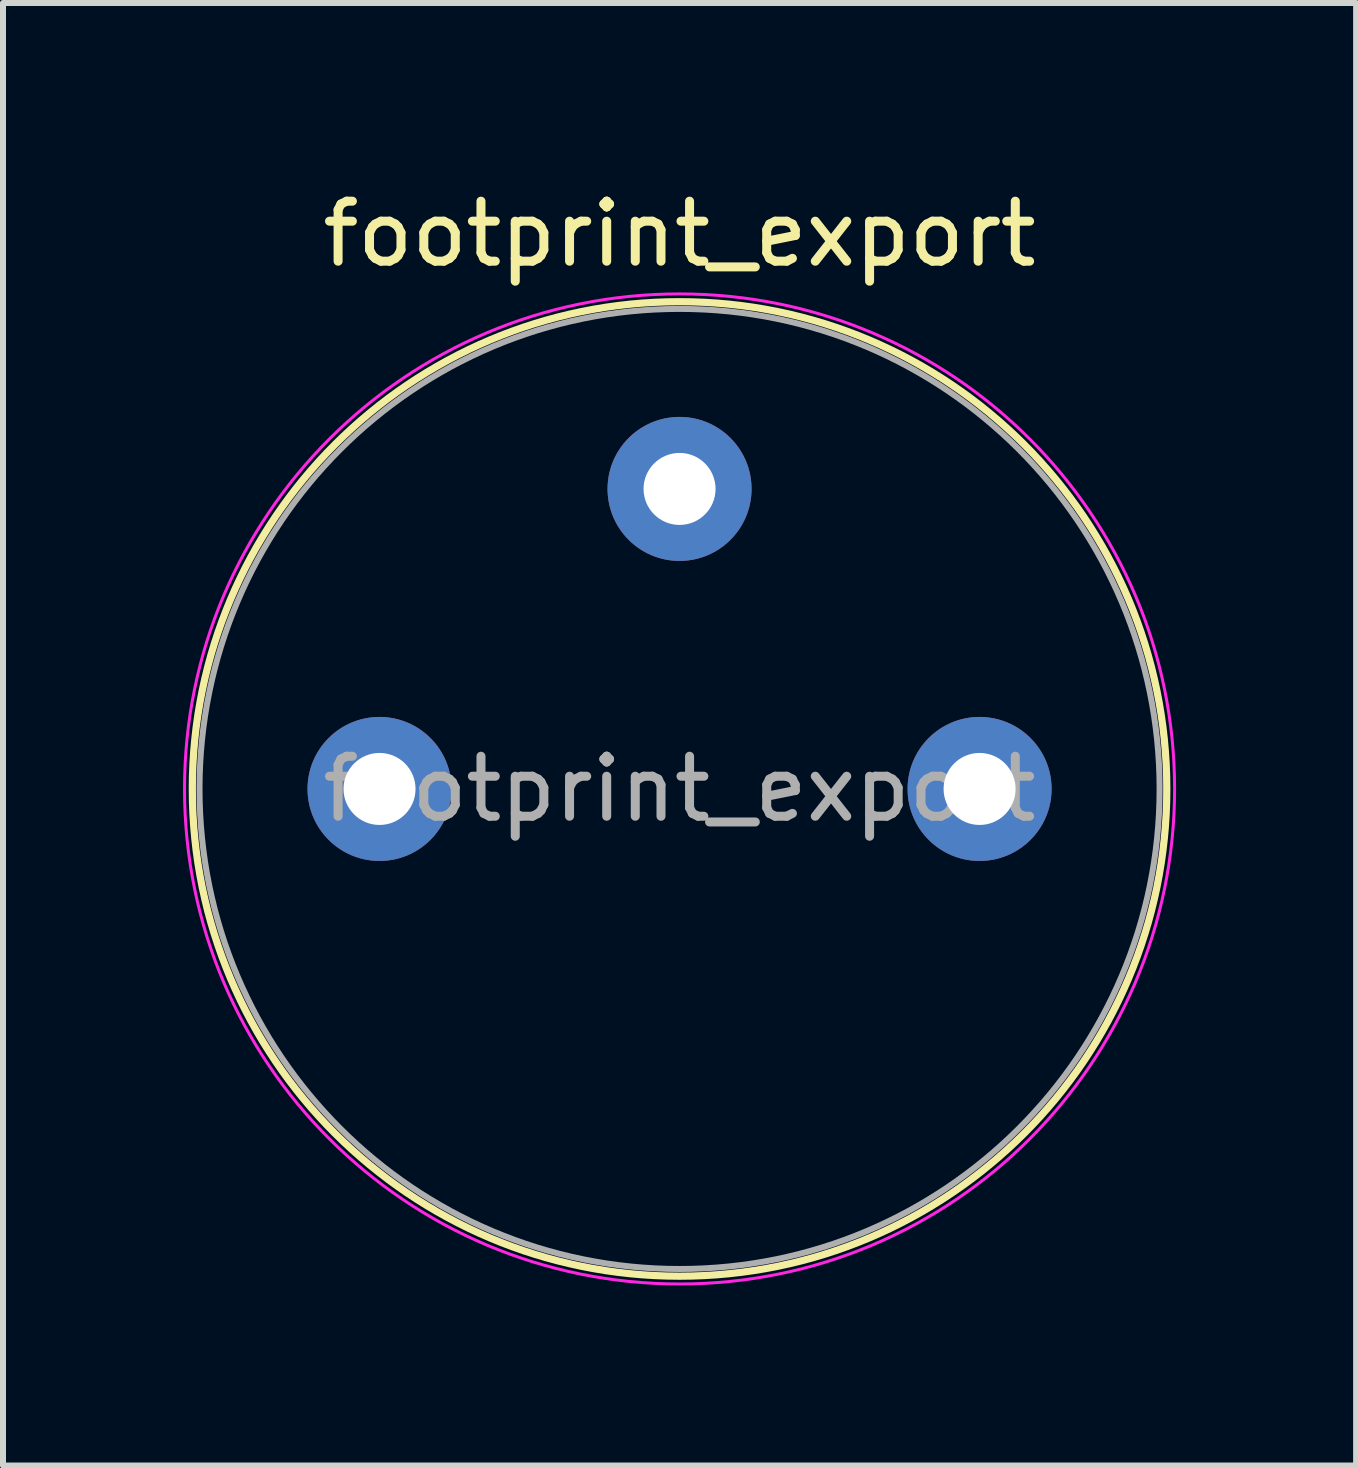
<source format=kicad_pcb>
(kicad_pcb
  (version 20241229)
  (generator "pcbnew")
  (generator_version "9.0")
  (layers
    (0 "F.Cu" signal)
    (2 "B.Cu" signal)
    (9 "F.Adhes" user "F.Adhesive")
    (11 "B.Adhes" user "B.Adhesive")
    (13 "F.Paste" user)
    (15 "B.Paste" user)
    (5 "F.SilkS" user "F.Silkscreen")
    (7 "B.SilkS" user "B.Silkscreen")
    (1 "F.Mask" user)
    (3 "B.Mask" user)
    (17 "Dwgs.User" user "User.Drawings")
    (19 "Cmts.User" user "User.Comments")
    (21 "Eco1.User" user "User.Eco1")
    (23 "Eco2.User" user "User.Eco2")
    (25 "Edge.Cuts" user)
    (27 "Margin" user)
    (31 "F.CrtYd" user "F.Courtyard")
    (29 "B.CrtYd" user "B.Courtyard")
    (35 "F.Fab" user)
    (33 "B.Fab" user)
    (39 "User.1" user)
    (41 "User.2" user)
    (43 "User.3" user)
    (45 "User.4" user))
  (footprint "footprint_export"
    (layer "F.Cu")
    (at 3.275 10.098)
    (property "Reference" "footprint_export" (at 5 -9.25 0) (layer "F.SilkS") (effects (font (size 1 1) (thickness 0.15))))
    (attr through_hole)
    (fp_circle (center 5 0) (end 13.12 0) (stroke (width 0.12) (type solid)) (fill no) (layer "F.SilkS"))
    (fp_circle (center 5 0) (end 13.25 0) (stroke (width 0.05) (type solid)) (fill no) (layer "F.CrtYd"))
    (fp_circle (center 5 0) (end 13 0) (stroke (width 0.1) (type solid)) (fill no) (layer "F.Fab"))
    (fp_text user "${REFERENCE}" (at 5 0 0) (layer "F.Fab") (effects (font (size 1 1) (thickness 0.15))))
    (pad "1" thru_hole circle (at 0 0) (size 2.4 2.4) (drill 1.2) (layers "*.Cu" "*.Mask"))
    (pad "2" thru_hole circle (at 10 0) (size 2.4 2.4) (drill 1.2) (layers "*.Cu" "*.Mask"))
    (pad "MP" thru_hole circle (at 5 -5 90) (size 2.4 2.4) (drill 1.2) (layers "*.Cu" "*.Mask")))
  (gr_rect
    (start -3 -3)
    (end 19.55 21.373)
    (stroke (width 0.1) (type default))
    (fill no)
    (layer "Edge.Cuts")))
</source>
